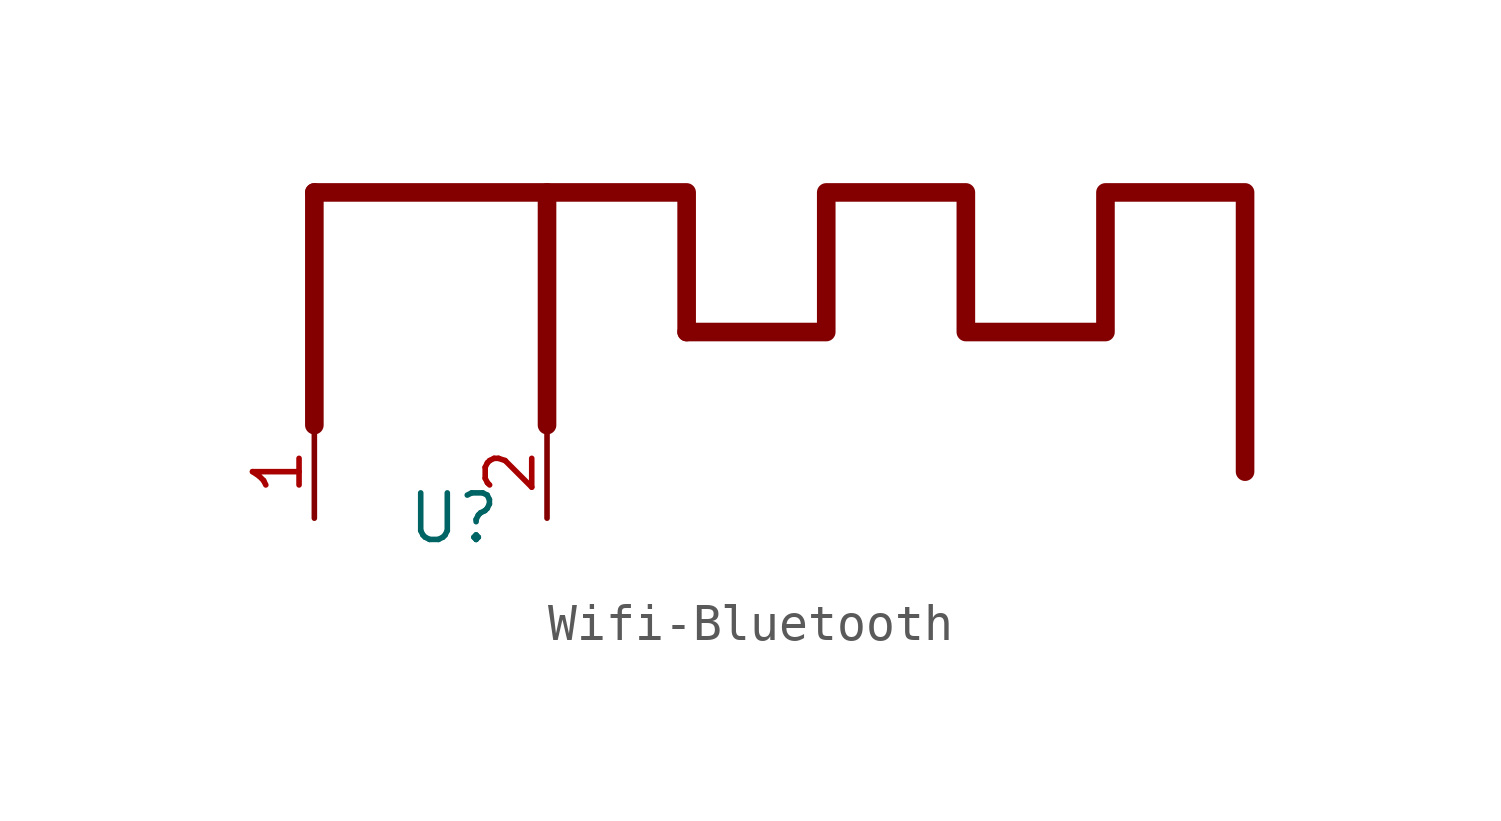
<source format=kicad_sym>
(kicad_symbol_lib
  (version 20231120)
  (generator "kicad_symbol_editor")
  (generator_version "8.0")
  (symbol "Wifi-Bluetooth"
    (property "Reference" "U"
      (at 0 0 0)
      (effects (font (size 1.27 1.27))))
    (property "Value" ""
      (at 0 0 0)
      (effects (font (size 1.27 1.27))))
    (symbol "Wifi-Bluetooth_1_1"
      (polyline (pts (xy -3.81 2.54) (xy -3.81 8.89)) (stroke (width 0.508) (type default)) (fill (type none)))
      (polyline (pts (xy -3.81 8.89) (xy 2.54 8.89) (xy 2.54 2.54)) (stroke (width 0.508) (type default)) (fill (type none)))
      (polyline (pts (xy 2.54 8.89) (xy 6.35 8.89) (xy 6.35 5.08)) (stroke (width 0.508) (type default)) (fill (type none)))
      (polyline (pts (xy 6.35 5.08) (xy 10.16 5.08) (xy 10.16 8.89) (xy 13.97 8.89) (xy 13.97 5.08) (xy 17.78 5.08) (xy 17.78 8.89) (xy 21.59 8.89) (xy 21.59 1.27)) (stroke (width 0.508) (type default)) (fill (type none)))
      (pin input line (at -3.81 0 90) (length 2.54) (name "" (effects (font (size 1.27 1.27)))) (number "1" (effects (font (size 1.27 1.27)))))
      (pin input line (at 2.54 0 90) (length 2.54) (name "" (effects (font (size 1.27 1.27)))) (number "2" (effects (font (size 1.27 1.27))))))))
</source>
